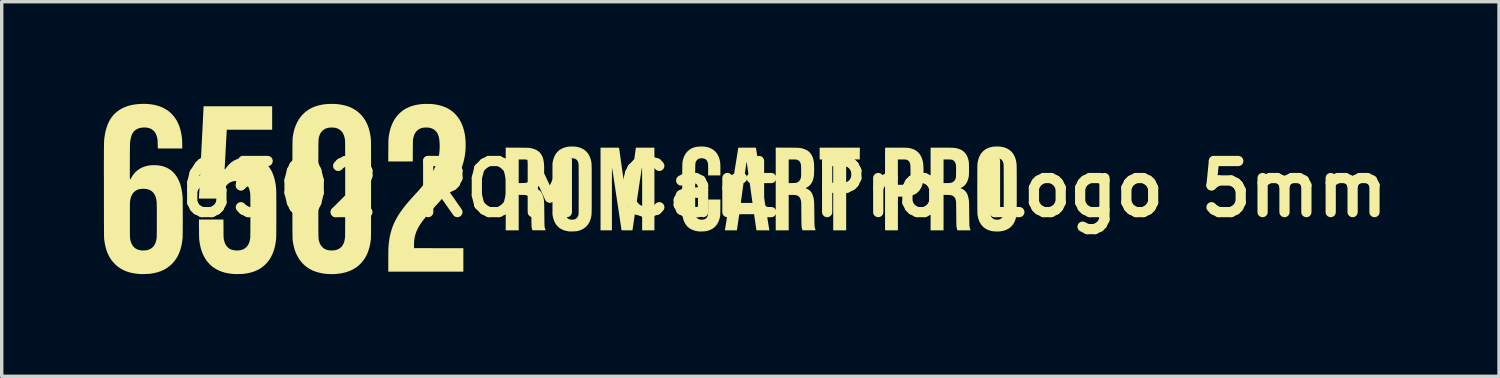
<source format=kicad_pcb>
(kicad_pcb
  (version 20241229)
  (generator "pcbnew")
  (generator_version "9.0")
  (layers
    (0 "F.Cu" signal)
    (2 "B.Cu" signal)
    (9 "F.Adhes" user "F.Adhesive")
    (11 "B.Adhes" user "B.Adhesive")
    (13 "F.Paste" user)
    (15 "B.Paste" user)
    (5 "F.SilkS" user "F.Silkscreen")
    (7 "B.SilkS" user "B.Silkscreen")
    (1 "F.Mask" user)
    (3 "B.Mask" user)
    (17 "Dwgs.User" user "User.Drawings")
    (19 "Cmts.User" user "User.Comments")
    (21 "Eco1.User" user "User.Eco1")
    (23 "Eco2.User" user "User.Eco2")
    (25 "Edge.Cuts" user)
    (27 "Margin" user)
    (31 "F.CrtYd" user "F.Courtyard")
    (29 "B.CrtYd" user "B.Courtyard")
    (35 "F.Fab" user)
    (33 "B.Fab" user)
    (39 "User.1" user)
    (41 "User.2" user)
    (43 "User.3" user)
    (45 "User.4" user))
  (footprint "6502 ROM Cart Pro Logo 5mm"
    (layer "F.Cu")
    (at 19.987 2.499)
    (property "Reference" "6502 ROM Cart Pro Logo 5mm" (at 0 0 0) (layer "F.SilkS") (effects (font (size 1.5 1.5) (thickness 0.3))))
    (attr board_only exclude_from_pos_files exclude_from_bom)
    (fp_poly (pts (xy 2.209 -1.042) (xy 2.208 -0.869) (xy 2.008 -0.868) (xy 1.809 -0.867) (xy 1.809 0.173) (xy 1.809 1.214) (xy 1.618 1.214) (xy 1.428 1.214) (xy 1.428 0.173) (xy 1.428 -0.867) (xy 1.229 -0.867) (xy 1.03 -0.867) (xy 1.03 -1.041) (xy 1.03 -1.214) (xy 1.62 -1.214) (xy 2.211 -1.214)) (stroke (width 0) (type solid)) (fill yes) (layer "F.SilkS"))
    (fp_poly (pts (xy 3.323 -1.214) (xy 3.38 -1.214) (xy 3.43 -1.214) (xy 3.473 -1.213) (xy 3.511 -1.213) (xy 3.543 -1.212) (xy 3.571 -1.211) (xy 3.596 -1.21) (xy 3.617 -1.208) (xy 3.636 -1.206) (xy 3.653 -1.203) (xy 3.669 -1.2) (xy 3.685 -1.197) (xy 3.701 -1.193) (xy 3.71 -1.191) (xy 3.772 -1.171) (xy 3.828 -1.145) (xy 3.878 -1.113) (xy 3.923 -1.075) (xy 3.962 -1.03) (xy 3.995 -0.98) (xy 4.007 -0.957) (xy 4.023 -0.925) (xy 4.036 -0.891) (xy 4.048 -0.856) (xy 4.057 -0.819) (xy 4.065 -0.778) (xy 4.071 -0.733) (xy 4.075 -0.684) (xy 4.078 -0.629) (xy 4.08 -0.567) (xy 4.08 -0.497) (xy 4.08 -0.495) (xy 4.08 -0.424) (xy 4.078 -0.361) (xy 4.075 -0.305) (xy 4.07 -0.254) (xy 4.064 -0.209) (xy 4.056 -0.168) (xy 4.047 -0.13) (xy 4.035 -0.095) (xy 4.021 -0.061) (xy 4.012 -0.04) (xy 3.981 0.013) (xy 3.947 0.06) (xy 3.907 0.1) (xy 3.862 0.135) (xy 3.811 0.164) (xy 3.754 0.187) (xy 3.691 0.206) (xy 3.651 0.214) (xy 3.637 0.216) (xy 3.619 0.218) (xy 3.597 0.22) (xy 3.57 0.221) (xy 3.537 0.222) (xy 3.497 0.223) (xy 3.471 0.224) (xy 3.329 0.226) (xy 3.328 0.72) (xy 3.327 1.214) (xy 3.139 1.214) (xy 3.094 1.214) (xy 3.057 1.214) (xy 3.027 1.214) (xy 3.003 1.214) (xy 2.985 1.213) (xy 2.971 1.213) (xy 2.962 1.212) (xy 2.956 1.211) (xy 2.952 1.21) (xy 2.951 1.208) (xy 2.951 1.207) (xy 2.951 1.202) (xy 2.951 1.189) (xy 2.951 1.168) (xy 2.951 1.141) (xy 2.95 1.106) (xy 2.95 1.065) (xy 2.95 1.018) (xy 2.95 0.966) (xy 2.95 0.908) (xy 2.95 0.845) (xy 2.95 0.779) (xy 2.95 0.708) (xy 2.95 0.634) (xy 2.95 0.556) (xy 2.95 0.476) (xy 2.95 0.394) (xy 2.95 0.309) (xy 2.95 0.224) (xy 2.95 0.137) (xy 2.95 0.05) (xy 2.95 -0.038) (xy 2.95 -0.126) (xy 2.95 -0.212) (xy 2.95 -0.298) (xy 2.95 -0.383) (xy 2.95 -0.466) (xy 2.95 -0.495) (xy 3.327 -0.495) (xy 3.327 -0.123) (xy 3.438 -0.123) (xy 3.478 -0.123) (xy 3.51 -0.123) (xy 3.535 -0.124) (xy 3.554 -0.126) (xy 3.567 -0.128) (xy 3.571 -0.128) (xy 3.605 -0.141) (xy 3.634 -0.158) (xy 3.656 -0.181) (xy 3.674 -0.21) (xy 3.686 -0.246) (xy 3.69 -0.261) (xy 3.692 -0.275) (xy 3.694 -0.296) (xy 3.695 -0.323) (xy 3.696 -0.355) (xy 3.697 -0.392) (xy 3.698 -0.431) (xy 3.698 -0.471) (xy 3.698 -0.513) (xy 3.698 -0.554) (xy 3.697 -0.593) (xy 3.696 -0.63) (xy 3.695 -0.663) (xy 3.694 -0.691) (xy 3.692 -0.712) (xy 3.69 -0.727) (xy 3.69 -0.728) (xy 3.679 -0.766) (xy 3.665 -0.797) (xy 3.645 -0.821) (xy 3.621 -0.84) (xy 3.615 -0.844) (xy 3.602 -0.85) (xy 3.59 -0.856) (xy 3.577 -0.86) (xy 3.562 -0.863) (xy 3.544 -0.865) (xy 3.523 -0.866) (xy 3.496 -0.867) (xy 3.462 -0.867) (xy 3.438 -0.867) (xy 3.327 -0.867) (xy 3.327 -0.495) (xy 2.95 -0.495) (xy 2.95 -0.546) (xy 2.95 -0.624) (xy 2.95 -0.698) (xy 2.95 -0.77) (xy 2.95 -0.837) (xy 2.95 -0.9) (xy 2.95 -0.958) (xy 2.95 -1.012) (xy 2.95 -1.059) (xy 2.951 -1.101) (xy 2.951 -1.137) (xy 2.951 -1.165) (xy 2.951 -1.187) (xy 2.951 -1.201) (xy 2.951 -1.207) (xy 2.951 -1.207) (xy 2.951 -1.208) (xy 2.953 -1.209) (xy 2.956 -1.21) (xy 2.961 -1.211) (xy 2.969 -1.212) (xy 2.981 -1.213) (xy 2.997 -1.213) (xy 3.017 -1.213) (xy 3.042 -1.214) (xy 3.073 -1.214) (xy 3.11 -1.214) (xy 3.154 -1.214) (xy 3.205 -1.214) (xy 3.259 -1.214)) (stroke (width 0) (type solid)) (fill yes) (layer "F.SilkS"))
    (fp_poly (pts (xy -5.072 -1.214) (xy -5.02 -1.214) (xy -4.976 -1.214) (xy -4.94 -1.213) (xy -4.911 -1.213) (xy -4.889 -1.212) (xy -4.873 -1.212) (xy -4.863 -1.211) (xy -4.859 -1.21) (xy -4.859 -1.209) (xy -4.858 -1.204) (xy -4.857 -1.192) (xy -4.854 -1.173) (xy -4.851 -1.149) (xy -4.847 -1.122) (xy -4.843 -1.091) (xy -4.842 -1.086) (xy -4.84 -1.069) (xy -4.836 -1.044) (xy -4.832 -1.012) (xy -4.826 -0.973) (xy -4.82 -0.927) (xy -4.813 -0.876) (xy -4.805 -0.819) (xy -4.796 -0.758) (xy -4.787 -0.693) (xy -4.777 -0.623) (xy -4.767 -0.551) (xy -4.757 -0.476) (xy -4.746 -0.398) (xy -4.735 -0.319) (xy -4.724 -0.239) (xy -4.721 -0.222) (xy -4.71 -0.144) (xy -4.7 -0.068) (xy -4.689 0.005) (xy -4.679 0.076) (xy -4.67 0.143) (xy -4.661 0.205) (xy -4.653 0.264) (xy -4.645 0.317) (xy -4.638 0.366) (xy -4.632 0.409) (xy -4.627 0.445) (xy -4.623 0.475) (xy -4.619 0.499) (xy -4.617 0.515) (xy -4.616 0.523) (xy -4.615 0.524) (xy -4.611 0.524) (xy -4.611 0.524) (xy -4.61 0.519) (xy -4.608 0.507) (xy -4.605 0.487) (xy -4.601 0.46) (xy -4.596 0.426) (xy -4.59 0.385) (xy -4.584 0.339) (xy -4.576 0.287) (xy -4.568 0.23) (xy -4.559 0.167) (xy -4.55 0.101) (xy -4.54 0.03) (xy -4.53 -0.044) (xy -4.519 -0.122) (xy -4.507 -0.203) (xy -4.496 -0.286) (xy -4.487 -0.347) (xy -4.366 -1.214) (xy -4.094 -1.214) (xy -3.822 -1.214) (xy -3.822 0) (xy -3.822 1.214) (xy -4.002 1.214) (xy -4.182 1.214) (xy -4.182 0.294) (xy -4.182 0.198) (xy -4.182 0.106) (xy -4.182 0.017) (xy -4.182 -0.067) (xy -4.182 -0.146) (xy -4.182 -0.22) (xy -4.183 -0.29) (xy -4.183 -0.353) (xy -4.183 -0.411) (xy -4.183 -0.462) (xy -4.184 -0.508) (xy -4.184 -0.546) (xy -4.184 -0.577) (xy -4.185 -0.601) (xy -4.185 -0.617) (xy -4.185 -0.625) (xy -4.186 -0.626) (xy -4.186 -0.626) (xy -4.187 -0.627) (xy -4.187 -0.627) (xy -4.187 -0.627) (xy -4.188 -0.626) (xy -4.189 -0.623) (xy -4.19 -0.62) (xy -4.191 -0.614) (xy -4.192 -0.607) (xy -4.194 -0.597) (xy -4.196 -0.585) (xy -4.198 -0.569) (xy -4.201 -0.55) (xy -4.205 -0.528) (xy -4.209 -0.501) (xy -4.214 -0.47) (xy -4.219 -0.435) (xy -4.225 -0.394) (xy -4.232 -0.348) (xy -4.24 -0.297) (xy -4.249 -0.24) (xy -4.258 -0.177) (xy -4.269 -0.107) (xy -4.28 -0.03) (xy -4.293 0.054) (xy -4.307 0.146) (xy -4.322 0.245) (xy -4.333 0.318) (xy -4.467 1.214) (xy -4.627 1.214) (xy -4.786 1.214) (xy -4.788 1.203) (xy -4.789 1.197) (xy -4.791 1.184) (xy -4.794 1.163) (xy -4.798 1.135) (xy -4.803 1.1) (xy -4.81 1.059) (xy -4.817 1.012) (xy -4.825 0.959) (xy -4.834 0.901) (xy -4.843 0.837) (xy -4.853 0.77) (xy -4.864 0.698) (xy -4.876 0.622) (xy -4.887 0.544) (xy -4.9 0.462) (xy -4.913 0.378) (xy -4.926 0.291) (xy -4.927 0.282) (xy -4.94 0.196) (xy -4.953 0.112) (xy -4.965 0.03) (xy -4.977 -0.049) (xy -4.988 -0.124) (xy -4.999 -0.196) (xy -5.01 -0.263) (xy -5.019 -0.326) (xy -5.028 -0.384) (xy -5.036 -0.437) (xy -5.044 -0.484) (xy -5.05 -0.525) (xy -5.056 -0.559) (xy -5.06 -0.587) (xy -5.064 -0.608) (xy -5.066 -0.621) (xy -5.067 -0.626) (xy -5.067 -0.626) (xy -5.067 -0.622) (xy -5.068 -0.61) (xy -5.068 -0.59) (xy -5.068 -0.563) (xy -5.068 -0.528) (xy -5.069 -0.488) (xy -5.069 -0.441) (xy -5.069 -0.388) (xy -5.069 -0.33) (xy -5.07 -0.267) (xy -5.07 -0.199) (xy -5.07 -0.128) (xy -5.07 -0.052) (xy -5.07 0.027) (xy -5.07 0.11) (xy -5.07 0.195) (xy -5.07 0.282) (xy -5.07 0.294) (xy -5.07 1.214) (xy -5.237 1.214) (xy -5.404 1.214) (xy -5.404 0) (xy -5.404 -1.214) (xy -5.132 -1.214)) (stroke (width 0) (type solid)) (fill yes) (layer "F.SilkS"))
    (fp_poly (pts (xy -0.646 -0.01) (xy -0.629 0.09) (xy -0.614 0.188) (xy -0.598 0.283) (xy -0.583 0.376) (xy -0.568 0.465) (xy -0.554 0.551) (xy -0.541 0.633) (xy -0.528 0.711) (xy -0.516 0.785) (xy -0.505 0.853) (xy -0.495 0.917) (xy -0.485 0.975) (xy -0.477 1.028) (xy -0.469 1.074) (xy -0.463 1.114) (xy -0.457 1.147) (xy -0.453 1.173) (xy -0.45 1.191) (xy -0.448 1.202) (xy -0.448 1.205) (xy -0.445 1.214) (xy -0.636 1.214) (xy -0.676 1.214) (xy -0.712 1.214) (xy -0.745 1.214) (xy -0.774 1.214) (xy -0.797 1.213) (xy -0.814 1.213) (xy -0.824 1.213) (xy -0.827 1.212) (xy -0.828 1.208) (xy -0.829 1.196) (xy -0.832 1.177) (xy -0.836 1.152) (xy -0.84 1.122) (xy -0.845 1.087) (xy -0.851 1.048) (xy -0.857 1.006) (xy -0.861 0.977) (xy -0.867 0.934) (xy -0.873 0.893) (xy -0.879 0.855) (xy -0.883 0.822) (xy -0.887 0.793) (xy -0.891 0.77) (xy -0.893 0.754) (xy -0.894 0.744) (xy -0.895 0.742) (xy -0.899 0.742) (xy -0.911 0.741) (xy -0.929 0.741) (xy -0.954 0.741) (xy -0.984 0.741) (xy -1.019 0.741) (xy -1.057 0.74) (xy -1.098 0.74) (xy -1.112 0.74) (xy -1.161 0.74) (xy -1.202 0.74) (xy -1.235 0.741) (xy -1.263 0.741) (xy -1.284 0.741) (xy -1.301 0.742) (xy -1.313 0.742) (xy -1.321 0.743) (xy -1.327 0.744) (xy -1.33 0.745) (xy -1.332 0.747) (xy -1.332 0.748) (xy -1.333 0.753) (xy -1.335 0.766) (xy -1.338 0.786) (xy -1.342 0.812) (xy -1.346 0.843) (xy -1.352 0.879) (xy -1.357 0.918) (xy -1.363 0.96) (xy -1.367 0.985) (xy -1.4 1.214) (xy -1.577 1.214) (xy -1.754 1.214) (xy -1.752 1.205) (xy -1.751 1.2) (xy -1.749 1.187) (xy -1.745 1.167) (xy -1.741 1.139) (xy -1.735 1.105) (xy -1.728 1.064) (xy -1.721 1.017) (xy -1.712 0.965) (xy -1.703 0.907) (xy -1.693 0.844) (xy -1.682 0.777) (xy -1.67 0.706) (xy -1.658 0.631) (xy -1.645 0.553) (xy -1.632 0.472) (xy -1.621 0.403) (xy -1.284 0.403) (xy -1.284 0.405) (xy -1.282 0.406) (xy -1.278 0.408) (xy -1.271 0.408) (xy -1.26 0.409) (xy -1.245 0.41) (xy -1.225 0.41) (xy -1.199 0.41) (xy -1.166 0.41) (xy -1.126 0.41) (xy -1.112 0.41) (xy -0.94 0.41) (xy -0.943 0.397) (xy -0.944 0.391) (xy -0.946 0.377) (xy -0.949 0.356) (xy -0.953 0.328) (xy -0.958 0.294) (xy -0.963 0.253) (xy -0.97 0.208) (xy -0.977 0.157) (xy -0.985 0.102) (xy -0.993 0.043) (xy -1.002 -0.02) (xy -1.011 -0.086) (xy -1.021 -0.154) (xy -1.028 -0.203) (xy -1.038 -0.272) (xy -1.047 -0.339) (xy -1.056 -0.404) (xy -1.065 -0.465) (xy -1.073 -0.522) (xy -1.081 -0.575) (xy -1.088 -0.623) (xy -1.094 -0.666) (xy -1.1 -0.704) (xy -1.104 -0.735) (xy -1.108 -0.76) (xy -1.111 -0.778) (xy -1.112 -0.788) (xy -1.113 -0.791) (xy -1.117 -0.79) (xy -1.117 -0.79) (xy -1.118 -0.786) (xy -1.12 -0.773) (xy -1.123 -0.754) (xy -1.127 -0.728) (xy -1.131 -0.696) (xy -1.137 -0.658) (xy -1.143 -0.616) (xy -1.149 -0.569) (xy -1.157 -0.518) (xy -1.164 -0.464) (xy -1.172 -0.408) (xy -1.18 -0.349) (xy -1.189 -0.289) (xy -1.197 -0.228) (xy -1.206 -0.167) (xy -1.214 -0.106) (xy -1.223 -0.046) (xy -1.231 0.013) (xy -1.239 0.07) (xy -1.246 0.124) (xy -1.253 0.175) (xy -1.26 0.223) (xy -1.266 0.266) (xy -1.271 0.304) (xy -1.276 0.337) (xy -1.279 0.364) (xy -1.282 0.384) (xy -1.283 0.398) (xy -1.284 0.403) (xy -1.621 0.403) (xy -1.618 0.388) (xy -1.604 0.302) (xy -1.59 0.215) (xy -1.576 0.126) (xy -1.561 0.036) (xy -1.546 -0.055) (xy -1.531 -0.146) (xy -1.517 -0.236) (xy -1.502 -0.326) (xy -1.488 -0.416) (xy -1.473 -0.503) (xy -1.459 -0.59) (xy -1.446 -0.674) (xy -1.432 -0.755) (xy -1.42 -0.834) (xy -1.407 -0.909) (xy -1.396 -0.981) (xy -1.391 -1.012) (xy -1.358 -1.214) (xy -1.1 -1.214) (xy -0.842 -1.214)) (stroke (width 0) (type solid)) (fill yes) (layer "F.SilkS"))
    (fp_poly (pts (xy 4.669 -1.214) (xy 4.73 -1.214) (xy 4.783 -1.214) (xy 4.83 -1.213) (xy 4.871 -1.212) (xy 4.907 -1.211) (xy 4.938 -1.21) (xy 4.966 -1.208) (xy 4.99 -1.206) (xy 5.012 -1.203) (xy 5.032 -1.199) (xy 5.05 -1.196) (xy 5.069 -1.191) (xy 5.087 -1.186) (xy 5.106 -1.18) (xy 5.111 -1.178) (xy 5.158 -1.161) (xy 5.199 -1.141) (xy 5.235 -1.118) (xy 5.268 -1.09) (xy 5.277 -1.082) (xy 5.309 -1.046) (xy 5.337 -1.007) (xy 5.361 -0.963) (xy 5.38 -0.914) (xy 5.396 -0.859) (xy 5.407 -0.806) (xy 5.41 -0.788) (xy 5.412 -0.764) (xy 5.413 -0.733) (xy 5.414 -0.698) (xy 5.415 -0.659) (xy 5.416 -0.618) (xy 5.416 -0.576) (xy 5.416 -0.534) (xy 5.415 -0.494) (xy 5.414 -0.456) (xy 5.413 -0.423) (xy 5.411 -0.395) (xy 5.409 -0.373) (xy 5.408 -0.364) (xy 5.395 -0.305) (xy 5.378 -0.253) (xy 5.358 -0.205) (xy 5.33 -0.157) (xy 5.298 -0.116) (xy 5.26 -0.082) (xy 5.217 -0.053) (xy 5.203 -0.045) (xy 5.187 -0.037) (xy 5.176 -0.03) (xy 5.17 -0.025) (xy 5.169 -0.024) (xy 5.173 -0.021) (xy 5.183 -0.016) (xy 5.197 -0.01) (xy 5.201 -0.008) (xy 5.242 0.012) (xy 5.278 0.036) (xy 5.31 0.066) (xy 5.337 0.102) (xy 5.361 0.143) (xy 5.38 0.192) (xy 5.396 0.247) (xy 5.408 0.309) (xy 5.411 0.328) (xy 5.413 0.338) (xy 5.414 0.35) (xy 5.415 0.365) (xy 5.416 0.383) (xy 5.417 0.404) (xy 5.417 0.429) (xy 5.418 0.46) (xy 5.419 0.496) (xy 5.419 0.538) (xy 5.42 0.586) (xy 5.421 0.642) (xy 5.421 0.705) (xy 5.421 0.721) (xy 5.422 0.794) (xy 5.423 0.859) (xy 5.424 0.917) (xy 5.425 0.967) (xy 5.426 1.01) (xy 5.426 1.044) (xy 5.427 1.07) (xy 5.428 1.089) (xy 5.429 1.098) (xy 5.436 1.132) (xy 5.445 1.165) (xy 5.454 1.193) (xy 5.456 1.196) (xy 5.463 1.214) (xy 5.269 1.214) (xy 5.075 1.214) (xy 5.067 1.186) (xy 5.063 1.173) (xy 5.059 1.16) (xy 5.056 1.149) (xy 5.054 1.137) (xy 5.051 1.124) (xy 5.049 1.109) (xy 5.048 1.093) (xy 5.046 1.073) (xy 5.045 1.051) (xy 5.044 1.024) (xy 5.044 0.993) (xy 5.043 0.957) (xy 5.042 0.914) (xy 5.042 0.866) (xy 5.041 0.81) (xy 5.041 0.746) (xy 5.041 0.728) (xy 5.04 0.664) (xy 5.039 0.607) (xy 5.039 0.559) (xy 5.038 0.517) (xy 5.038 0.481) (xy 5.037 0.45) (xy 5.037 0.425) (xy 5.036 0.404) (xy 5.035 0.387) (xy 5.034 0.374) (xy 5.034 0.363) (xy 5.032 0.354) (xy 5.031 0.347) (xy 5.031 0.344) (xy 5.021 0.31) (xy 5.012 0.282) (xy 5 0.259) (xy 4.986 0.24) (xy 4.971 0.225) (xy 4.953 0.21) (xy 4.934 0.199) (xy 4.913 0.19) (xy 4.888 0.183) (xy 4.858 0.178) (xy 4.823 0.175) (xy 4.781 0.174) (xy 4.754 0.174) (xy 4.668 0.173) (xy 4.668 0.694) (xy 4.668 1.214) (xy 4.478 1.214) (xy 4.288 1.214) (xy 4.288 0) (xy 4.288 -0.521) (xy 4.668 -0.521) (xy 4.668 -0.173) (xy 4.754 -0.174) (xy 4.79 -0.174) (xy 4.822 -0.175) (xy 4.848 -0.177) (xy 4.868 -0.179) (xy 4.871 -0.179) (xy 4.912 -0.19) (xy 4.946 -0.206) (xy 4.974 -0.229) (xy 4.998 -0.257) (xy 5.016 -0.292) (xy 5.027 -0.324) (xy 5.028 -0.332) (xy 5.03 -0.341) (xy 5.031 -0.354) (xy 5.032 -0.369) (xy 5.033 -0.389) (xy 5.034 -0.415) (xy 5.035 -0.446) (xy 5.035 -0.485) (xy 5.035 -0.506) (xy 5.036 -0.552) (xy 5.036 -0.592) (xy 5.036 -0.624) (xy 5.035 -0.652) (xy 5.034 -0.675) (xy 5.032 -0.694) (xy 5.03 -0.711) (xy 5.026 -0.727) (xy 5.023 -0.742) (xy 5.021 -0.746) (xy 5.008 -0.78) (xy 4.988 -0.81) (xy 4.963 -0.834) (xy 4.934 -0.852) (xy 4.927 -0.855) (xy 4.92 -0.858) (xy 4.912 -0.86) (xy 4.903 -0.862) (xy 4.893 -0.863) (xy 4.878 -0.864) (xy 4.86 -0.865) (xy 4.835 -0.866) (xy 4.804 -0.866) (xy 4.786 -0.866) (xy 4.668 -0.868) (xy 4.668 -0.521) (xy 4.288 -0.521) (xy 4.288 -1.214) (xy 4.601 -1.214)) (stroke (width 0) (type solid)) (fill yes) (layer "F.SilkS"))
    (fp_poly (pts (xy -7.851 -1.213) (xy -7.788 -1.213) (xy -7.734 -1.212) (xy -7.686 -1.212) (xy -7.645 -1.212) (xy -7.61 -1.211) (xy -7.581 -1.211) (xy -7.557 -1.21) (xy -7.536 -1.21) (xy -7.519 -1.209) (xy -7.506 -1.208) (xy -7.494 -1.207) (xy -7.485 -1.206) (xy -7.476 -1.205) (xy -7.473 -1.204) (xy -7.405 -1.189) (xy -7.344 -1.169) (xy -7.29 -1.145) (xy -7.243 -1.117) (xy -7.203 -1.085) (xy -7.179 -1.059) (xy -7.153 -1.025) (xy -7.13 -0.989) (xy -7.111 -0.95) (xy -7.095 -0.907) (xy -7.083 -0.861) (xy -7.073 -0.809) (xy -7.066 -0.753) (xy -7.061 -0.69) (xy -7.059 -0.621) (xy -7.06 -0.544) (xy -7.06 -0.527) (xy -7.062 -0.471) (xy -7.065 -0.423) (xy -7.069 -0.38) (xy -7.075 -0.342) (xy -7.082 -0.308) (xy -7.091 -0.276) (xy -7.102 -0.244) (xy -7.105 -0.236) (xy -7.13 -0.186) (xy -7.161 -0.141) (xy -7.197 -0.101) (xy -7.239 -0.067) (xy -7.285 -0.039) (xy -7.292 -0.036) (xy -7.304 -0.029) (xy -7.307 -0.024) (xy -7.303 -0.019) (xy -7.297 -0.016) (xy -7.249 0.006) (xy -7.208 0.031) (xy -7.173 0.062) (xy -7.144 0.097) (xy -7.12 0.139) (xy -7.1 0.187) (xy -7.087 0.23) (xy -7.082 0.247) (xy -7.078 0.261) (xy -7.076 0.275) (xy -7.073 0.289) (xy -7.07 0.306) (xy -7.067 0.328) (xy -7.065 0.349) (xy -7.063 0.36) (xy -7.062 0.373) (xy -7.061 0.39) (xy -7.06 0.409) (xy -7.059 0.432) (xy -7.058 0.46) (xy -7.058 0.493) (xy -7.057 0.531) (xy -7.056 0.576) (xy -7.056 0.627) (xy -7.055 0.686) (xy -7.054 0.747) (xy -7.054 0.81) (xy -7.053 0.866) (xy -7.053 0.915) (xy -7.052 0.957) (xy -7.051 0.992) (xy -7.051 1.022) (xy -7.05 1.047) (xy -7.049 1.068) (xy -7.049 1.084) (xy -7.048 1.097) (xy -7.047 1.108) (xy -7.046 1.116) (xy -7.044 1.123) (xy -7.044 1.124) (xy -7.036 1.156) (xy -7.025 1.189) (xy -7.018 1.207) (xy -7.018 1.209) (xy -7.019 1.21) (xy -7.022 1.211) (xy -7.028 1.212) (xy -7.037 1.213) (xy -7.051 1.213) (xy -7.069 1.213) (xy -7.093 1.214) (xy -7.123 1.214) (xy -7.16 1.213) (xy -7.205 1.213) (xy -7.209 1.213) (xy -7.403 1.212) (xy -7.411 1.187) (xy -7.414 1.175) (xy -7.418 1.164) (xy -7.42 1.154) (xy -7.423 1.144) (xy -7.425 1.133) (xy -7.427 1.121) (xy -7.428 1.106) (xy -7.429 1.09) (xy -7.43 1.07) (xy -7.431 1.046) (xy -7.432 1.018) (xy -7.433 0.985) (xy -7.433 0.946) (xy -7.434 0.901) (xy -7.434 0.849) (xy -7.435 0.79) (xy -7.435 0.751) (xy -7.436 0.686) (xy -7.436 0.629) (xy -7.437 0.579) (xy -7.437 0.536) (xy -7.438 0.5) (xy -7.439 0.468) (xy -7.439 0.442) (xy -7.44 0.421) (xy -7.441 0.403) (xy -7.442 0.389) (xy -7.443 0.377) (xy -7.444 0.367) (xy -7.445 0.359) (xy -7.445 0.359) (xy -7.455 0.316) (xy -7.467 0.281) (xy -7.482 0.252) (xy -7.501 0.229) (xy -7.525 0.21) (xy -7.554 0.195) (xy -7.579 0.185) (xy -7.589 0.182) (xy -7.599 0.18) (xy -7.611 0.178) (xy -7.625 0.177) (xy -7.644 0.176) (xy -7.669 0.175) (xy -7.7 0.175) (xy -7.707 0.174) (xy -7.807 0.173) (xy -7.807 0.693) (xy -7.807 1.214) (xy -7.998 1.214) (xy -8.188 1.214) (xy -8.188 -0.000211) (xy -8.188 -0.52) (xy -7.807 -0.52) (xy -7.807 -0.172) (xy -7.707 -0.175) (xy -7.672 -0.175) (xy -7.645 -0.176) (xy -7.624 -0.178) (xy -7.607 -0.179) (xy -7.595 -0.181) (xy -7.585 -0.183) (xy -7.583 -0.184) (xy -7.545 -0.199) (xy -7.514 -0.22) (xy -7.488 -0.246) (xy -7.468 -0.278) (xy -7.454 -0.316) (xy -7.449 -0.334) (xy -7.447 -0.349) (xy -7.445 -0.371) (xy -7.443 -0.399) (xy -7.442 -0.431) (xy -7.442 -0.466) (xy -7.441 -0.504) (xy -7.441 -0.543) (xy -7.442 -0.58) (xy -7.442 -0.616) (xy -7.443 -0.649) (xy -7.445 -0.678) (xy -7.447 -0.7) (xy -7.449 -0.716) (xy -7.449 -0.717) (xy -7.461 -0.757) (xy -7.477 -0.791) (xy -7.497 -0.819) (xy -7.521 -0.84) (xy -7.532 -0.846) (xy -7.545 -0.852) (xy -7.559 -0.857) (xy -7.574 -0.861) (xy -7.591 -0.864) (xy -7.612 -0.865) (xy -7.637 -0.867) (xy -7.669 -0.867) (xy -7.703 -0.867) (xy -7.807 -0.867) (xy -7.807 -0.52) (xy -8.188 -0.52) (xy -8.188 -1.215)) (stroke (width 0) (type solid)) (fill yes) (layer "F.SilkS"))
    (fp_poly (pts (xy 0.077 -1.213) (xy 0.141 -1.213) (xy 0.197 -1.213) (xy 0.246 -1.212) (xy 0.288 -1.212) (xy 0.325 -1.211) (xy 0.356 -1.211) (xy 0.383 -1.21) (xy 0.406 -1.209) (xy 0.426 -1.207) (xy 0.443 -1.206) (xy 0.458 -1.204) (xy 0.472 -1.202) (xy 0.486 -1.199) (xy 0.499 -1.196) (xy 0.513 -1.192) (xy 0.528 -1.189) (xy 0.588 -1.169) (xy 0.641 -1.145) (xy 0.688 -1.116) (xy 0.729 -1.082) (xy 0.764 -1.041) (xy 0.794 -0.995) (xy 0.804 -0.977) (xy 0.819 -0.944) (xy 0.832 -0.91) (xy 0.843 -0.875) (xy 0.852 -0.837) (xy 0.859 -0.797) (xy 0.864 -0.752) (xy 0.867 -0.702) (xy 0.868 -0.646) (xy 0.869 -0.583) (xy 0.868 -0.542) (xy 0.867 -0.5) (xy 0.866 -0.466) (xy 0.865 -0.438) (xy 0.864 -0.415) (xy 0.862 -0.395) (xy 0.86 -0.377) (xy 0.857 -0.361) (xy 0.857 -0.36) (xy 0.843 -0.295) (xy 0.824 -0.237) (xy 0.799 -0.186) (xy 0.769 -0.141) (xy 0.734 -0.102) (xy 0.694 -0.069) (xy 0.65 -0.043) (xy 0.636 -0.036) (xy 0.626 -0.029) (xy 0.621 -0.025) (xy 0.621 -0.024) (xy 0.625 -0.021) (xy 0.635 -0.016) (xy 0.649 -0.009) (xy 0.656 -0.006) (xy 0.697 0.015) (xy 0.733 0.04) (xy 0.764 0.071) (xy 0.791 0.107) (xy 0.814 0.148) (xy 0.832 0.196) (xy 0.848 0.251) (xy 0.86 0.313) (xy 0.864 0.341) (xy 0.865 0.352) (xy 0.866 0.365) (xy 0.867 0.381) (xy 0.868 0.401) (xy 0.869 0.425) (xy 0.87 0.453) (xy 0.87 0.486) (xy 0.871 0.525) (xy 0.872 0.57) (xy 0.872 0.622) (xy 0.873 0.681) (xy 0.874 0.738) (xy 0.874 0.799) (xy 0.875 0.856) (xy 0.876 0.909) (xy 0.877 0.956) (xy 0.877 0.998) (xy 0.878 1.034) (xy 0.879 1.064) (xy 0.88 1.086) (xy 0.881 1.101) (xy 0.882 1.108) (xy 0.887 1.134) (xy 0.895 1.161) (xy 0.903 1.186) (xy 0.906 1.194) (xy 0.909 1.205) (xy 0.912 1.211) (xy 0.912 1.212) (xy 0.908 1.213) (xy 0.896 1.213) (xy 0.877 1.213) (xy 0.853 1.213) (xy 0.823 1.213) (xy 0.79 1.213) (xy 0.752 1.213) (xy 0.719 1.213) (xy 0.526 1.212) (xy 0.52 1.193) (xy 0.516 1.18) (xy 0.511 1.162) (xy 0.506 1.142) (xy 0.505 1.136) (xy 0.503 1.129) (xy 0.502 1.122) (xy 0.501 1.114) (xy 0.5 1.105) (xy 0.499 1.093) (xy 0.498 1.08) (xy 0.497 1.063) (xy 0.497 1.043) (xy 0.496 1.018) (xy 0.495 0.989) (xy 0.495 0.954) (xy 0.494 0.913) (xy 0.494 0.866) (xy 0.493 0.811) (xy 0.493 0.749) (xy 0.493 0.74) (xy 0.492 0.677) (xy 0.492 0.621) (xy 0.491 0.573) (xy 0.491 0.531) (xy 0.49 0.496) (xy 0.49 0.465) (xy 0.489 0.44) (xy 0.489 0.419) (xy 0.488 0.402) (xy 0.487 0.388) (xy 0.486 0.377) (xy 0.485 0.367) (xy 0.484 0.359) (xy 0.483 0.351) (xy 0.481 0.344) (xy 0.481 0.343) (xy 0.468 0.299) (xy 0.452 0.263) (xy 0.431 0.233) (xy 0.405 0.211) (xy 0.385 0.199) (xy 0.37 0.192) (xy 0.356 0.187) (xy 0.342 0.183) (xy 0.325 0.18) (xy 0.306 0.178) (xy 0.281 0.176) (xy 0.25 0.175) (xy 0.221 0.175) (xy 0.121 0.173) (xy 0.121 0.693) (xy 0.121 1.214) (xy -0.07 1.214) (xy -0.26 1.214) (xy -0.26 -0.000211) (xy -0.26 -0.52) (xy 0.121 -0.52) (xy 0.121 -0.172) (xy 0.221 -0.175) (xy 0.26 -0.176) (xy 0.292 -0.177) (xy 0.316 -0.179) (xy 0.333 -0.181) (xy 0.343 -0.183) (xy 0.381 -0.197) (xy 0.412 -0.216) (xy 0.437 -0.241) (xy 0.457 -0.271) (xy 0.466 -0.292) (xy 0.471 -0.305) (xy 0.475 -0.318) (xy 0.479 -0.331) (xy 0.481 -0.345) (xy 0.483 -0.362) (xy 0.485 -0.381) (xy 0.486 -0.405) (xy 0.486 -0.435) (xy 0.486 -0.47) (xy 0.486 -0.513) (xy 0.487 -0.525) (xy 0.486 -0.567) (xy 0.486 -0.602) (xy 0.486 -0.63) (xy 0.485 -0.653) (xy 0.485 -0.671) (xy 0.484 -0.686) (xy 0.482 -0.699) (xy 0.481 -0.71) (xy 0.479 -0.719) (xy 0.468 -0.759) (xy 0.453 -0.791) (xy 0.434 -0.817) (xy 0.41 -0.837) (xy 0.4 -0.844) (xy 0.387 -0.85) (xy 0.374 -0.856) (xy 0.361 -0.86) (xy 0.346 -0.863) (xy 0.328 -0.865) (xy 0.305 -0.866) (xy 0.277 -0.867) (xy 0.243 -0.867) (xy 0.227 -0.867) (xy 0.121 -0.867) (xy 0.121 -0.52) (xy -0.26 -0.52) (xy -0.26 -1.215)) (stroke (width 0) (type solid)) (fill yes) (layer "F.SilkS"))
    (fp_poly (pts (xy -10.458 -2.497) (xy -10.42 -2.497) (xy -10.386 -2.496) (xy -10.357 -2.494) (xy -10.337 -2.493) (xy -10.237 -2.479) (xy -10.143 -2.46) (xy -10.056 -2.435) (xy -9.973 -2.405) (xy -9.897 -2.369) (xy -9.825 -2.327) (xy -9.758 -2.279) (xy -9.747 -2.271) (xy -9.731 -2.257) (xy -9.712 -2.24) (xy -9.692 -2.22) (xy -9.672 -2.201) (xy -9.667 -2.195) (xy -9.609 -2.13) (xy -9.558 -2.058) (xy -9.512 -1.981) (xy -9.473 -1.897) (xy -9.439 -1.808) (xy -9.412 -1.713) (xy -9.39 -1.612) (xy -9.375 -1.505) (xy -9.369 -1.439) (xy -9.367 -1.403) (xy -9.365 -1.361) (xy -9.364 -1.315) (xy -9.365 -1.268) (xy -9.365 -1.221) (xy -9.367 -1.177) (xy -9.369 -1.138) (xy -9.371 -1.115) (xy -9.383 -1.012) (xy -9.401 -0.91) (xy -9.423 -0.811) (xy -9.452 -0.712) (xy -9.486 -0.614) (xy -9.525 -0.516) (xy -9.571 -0.418) (xy -9.624 -0.319) (xy -9.682 -0.219) (xy -9.748 -0.118) (xy -9.82 -0.014) (xy -9.9 0.092) (xy -9.987 0.201) (xy -10.02 0.241) (xy -10.053 0.28) (xy -10.085 0.318) (xy -10.118 0.355) (xy -10.151 0.393) (xy -10.188 0.433) (xy -10.227 0.477) (xy -10.271 0.525) (xy -10.295 0.55) (xy -10.366 0.628) (xy -10.431 0.7) (xy -10.49 0.768) (xy -10.543 0.832) (xy -10.592 0.892) (xy -10.635 0.948) (xy -10.674 1.002) (xy -10.708 1.054) (xy -10.739 1.104) (xy -10.765 1.153) (xy -10.789 1.2) (xy -10.809 1.247) (xy -10.826 1.295) (xy -10.842 1.342) (xy -10.851 1.377) (xy -10.862 1.423) (xy -10.869 1.468) (xy -10.875 1.515) (xy -10.879 1.565) (xy -10.88 1.622) (xy -10.88 1.637) (xy -10.881 1.737) (xy -10.156 1.738) (xy -9.432 1.739) (xy -9.432 2.084) (xy -9.432 2.428) (xy -10.534 2.428) (xy -11.636 2.428) (xy -11.636 2.105) (xy -11.636 2.052) (xy -11.636 1.999) (xy -11.636 1.948) (xy -11.635 1.901) (xy -11.635 1.856) (xy -11.634 1.816) (xy -11.634 1.781) (xy -11.633 1.752) (xy -11.632 1.73) (xy -11.632 1.717) (xy -11.621 1.594) (xy -11.606 1.478) (xy -11.585 1.367) (xy -11.559 1.26) (xy -11.527 1.157) (xy -11.489 1.057) (xy -11.445 0.958) (xy -11.394 0.861) (xy -11.336 0.763) (xy -11.27 0.664) (xy -11.215 0.588) (xy -11.182 0.544) (xy -11.148 0.501) (xy -11.113 0.457) (xy -11.076 0.413) (xy -11.037 0.367) (xy -10.993 0.318) (xy -10.946 0.265) (xy -10.893 0.208) (xy -10.881 0.195) (xy -10.797 0.103) (xy -10.719 0.015) (xy -10.648 -0.068) (xy -10.583 -0.147) (xy -10.523 -0.223) (xy -10.469 -0.295) (xy -10.419 -0.365) (xy -10.375 -0.433) (xy -10.335 -0.499) (xy -10.299 -0.564) (xy -10.267 -0.628) (xy -10.239 -0.691) (xy -10.214 -0.754) (xy -10.196 -0.806) (xy -10.171 -0.891) (xy -10.152 -0.974) (xy -10.138 -1.057) (xy -10.13 -1.141) (xy -10.127 -1.229) (xy -10.127 -1.295) (xy -10.13 -1.367) (xy -10.136 -1.431) (xy -10.145 -1.489) (xy -10.156 -1.54) (xy -10.171 -1.586) (xy -10.189 -1.626) (xy -10.211 -1.662) (xy -10.236 -1.693) (xy -10.24 -1.698) (xy -10.277 -1.732) (xy -10.317 -1.759) (xy -10.363 -1.78) (xy -10.413 -1.795) (xy -10.469 -1.803) (xy -10.494 -1.805) (xy -10.555 -1.805) (xy -10.612 -1.799) (xy -10.665 -1.786) (xy -10.713 -1.767) (xy -10.756 -1.742) (xy -10.775 -1.727) (xy -10.809 -1.695) (xy -10.837 -1.659) (xy -10.862 -1.616) (xy -10.882 -1.567) (xy -10.898 -1.512) (xy -10.905 -1.48) (xy -10.907 -1.471) (xy -10.908 -1.462) (xy -10.909 -1.453) (xy -10.911 -1.443) (xy -10.911 -1.43) (xy -10.912 -1.415) (xy -10.913 -1.397) (xy -10.913 -1.375) (xy -10.914 -1.348) (xy -10.914 -1.316) (xy -10.915 -1.278) (xy -10.915 -1.233) (xy -10.915 -1.182) (xy -10.916 -1.122) (xy -10.916 -1.122) (xy -10.917 -0.808) (xy -11.277 -0.808) (xy -11.637 -0.808) (xy -11.635 -1.128) (xy -11.635 -1.192) (xy -11.634 -1.248) (xy -11.634 -1.296) (xy -11.633 -1.339) (xy -11.633 -1.376) (xy -11.632 -1.408) (xy -11.631 -1.436) (xy -11.63 -1.461) (xy -11.628 -1.484) (xy -11.626 -1.505) (xy -11.624 -1.525) (xy -11.621 -1.544) (xy -11.618 -1.564) (xy -11.615 -1.586) (xy -11.611 -1.609) (xy -11.61 -1.612) (xy -11.589 -1.712) (xy -11.562 -1.806) (xy -11.528 -1.895) (xy -11.489 -1.979) (xy -11.444 -2.057) (xy -11.392 -2.128) (xy -11.335 -2.194) (xy -11.272 -2.254) (xy -11.204 -2.308) (xy -11.179 -2.325) (xy -11.108 -2.367) (xy -11.031 -2.403) (xy -10.949 -2.434) (xy -10.86 -2.459) (xy -10.766 -2.478) (xy -10.665 -2.492) (xy -10.663 -2.493) (xy -10.64 -2.494) (xy -10.61 -2.496) (xy -10.575 -2.497) (xy -10.537 -2.497) (xy -10.498 -2.498)) (stroke (width 0) (type solid)) (fill yes) (layer "F.SilkS"))
    (fp_poly (pts (xy -2.402 -1.247) (xy -2.341 -1.242) (xy -2.285 -1.233) (xy -2.233 -1.22) (xy -2.184 -1.201) (xy -2.158 -1.189) (xy -2.104 -1.158) (xy -2.056 -1.121) (xy -2.014 -1.077) (xy -1.977 -1.028) (xy -1.946 -0.972) (xy -1.922 -0.911) (xy -1.903 -0.844) (xy -1.891 -0.776) (xy -1.889 -0.759) (xy -1.888 -0.738) (xy -1.887 -0.714) (xy -1.886 -0.684) (xy -1.885 -0.649) (xy -1.885 -0.607) (xy -1.885 -0.562) (xy -1.885 -0.398) (xy -2.064 -0.398) (xy -2.244 -0.398) (xy -2.244 -0.562) (xy -2.244 -0.608) (xy -2.245 -0.648) (xy -2.245 -0.682) (xy -2.246 -0.711) (xy -2.247 -0.732) (xy -2.248 -0.746) (xy -2.249 -0.75) (xy -2.26 -0.791) (xy -2.277 -0.826) (xy -2.298 -0.854) (xy -2.325 -0.876) (xy -2.357 -0.891) (xy -2.394 -0.899) (xy -2.432 -0.902) (xy -2.471 -0.9) (xy -2.504 -0.893) (xy -2.532 -0.882) (xy -2.556 -0.865) (xy -2.573 -0.848) (xy -2.589 -0.828) (xy -2.602 -0.806) (xy -2.604 -0.801) (xy -2.607 -0.794) (xy -2.609 -0.787) (xy -2.611 -0.781) (xy -2.613 -0.774) (xy -2.615 -0.767) (xy -2.616 -0.758) (xy -2.618 -0.748) (xy -2.619 -0.736) (xy -2.62 -0.721) (xy -2.621 -0.704) (xy -2.622 -0.683) (xy -2.622 -0.659) (xy -2.623 -0.631) (xy -2.623 -0.599) (xy -2.624 -0.562) (xy -2.624 -0.52) (xy -2.624 -0.472) (xy -2.625 -0.419) (xy -2.625 -0.359) (xy -2.625 -0.293) (xy -2.625 -0.22) (xy -2.625 -0.139) (xy -2.625 -0.05) (xy -2.625 0.002) (xy -2.625 0.096) (xy -2.625 0.181) (xy -2.625 0.259) (xy -2.625 0.33) (xy -2.625 0.393) (xy -2.624 0.45) (xy -2.624 0.501) (xy -2.624 0.546) (xy -2.624 0.586) (xy -2.623 0.621) (xy -2.623 0.652) (xy -2.622 0.678) (xy -2.621 0.7) (xy -2.62 0.719) (xy -2.619 0.736) (xy -2.618 0.749) (xy -2.616 0.76) (xy -2.615 0.77) (xy -2.613 0.778) (xy -2.611 0.784) (xy -2.609 0.791) (xy -2.606 0.797) (xy -2.603 0.803) (xy -2.601 0.809) (xy -2.583 0.839) (xy -2.56 0.864) (xy -2.532 0.882) (xy -2.498 0.894) (xy -2.459 0.9) (xy -2.432 0.901) (xy -2.389 0.899) (xy -2.353 0.889) (xy -2.321 0.874) (xy -2.295 0.853) (xy -2.275 0.824) (xy -2.259 0.789) (xy -2.25 0.757) (xy -2.249 0.748) (xy -2.248 0.737) (xy -2.247 0.722) (xy -2.246 0.704) (xy -2.245 0.681) (xy -2.245 0.653) (xy -2.245 0.619) (xy -2.244 0.578) (xy -2.244 0.529) (xy -2.244 0.518) (xy -2.244 0.309) (xy -2.064 0.309) (xy -1.884 0.309) (xy -1.886 0.54) (xy -1.886 0.591) (xy -1.886 0.634) (xy -1.887 0.67) (xy -1.887 0.699) (xy -1.888 0.724) (xy -1.888 0.744) (xy -1.889 0.761) (xy -1.89 0.774) (xy -1.891 0.786) (xy -1.893 0.796) (xy -1.894 0.806) (xy -1.896 0.817) (xy -1.897 0.818) (xy -1.913 0.884) (xy -1.934 0.943) (xy -1.959 0.996) (xy -1.988 1.044) (xy -2.023 1.087) (xy -2.029 1.094) (xy -2.062 1.126) (xy -2.094 1.152) (xy -2.13 1.174) (xy -2.162 1.191) (xy -2.211 1.212) (xy -2.262 1.228) (xy -2.316 1.239) (xy -2.374 1.245) (xy -2.438 1.247) (xy -2.447 1.247) (xy -2.472 1.247) (xy -2.494 1.247) (xy -2.513 1.246) (xy -2.525 1.246) (xy -2.53 1.245) (xy -2.601 1.233) (xy -2.667 1.215) (xy -2.727 1.191) (xy -2.781 1.161) (xy -2.83 1.124) (xy -2.872 1.082) (xy -2.909 1.033) (xy -2.94 0.978) (xy -2.965 0.916) (xy -2.985 0.85) (xy -2.987 0.838) (xy -2.99 0.828) (xy -2.992 0.817) (xy -2.994 0.806) (xy -2.996 0.795) (xy -2.997 0.782) (xy -2.999 0.768) (xy -3 0.752) (xy -3.001 0.734) (xy -3.002 0.713) (xy -3.003 0.688) (xy -3.003 0.66) (xy -3.004 0.629) (xy -3.004 0.592) (xy -3.005 0.552) (xy -3.005 0.505) (xy -3.005 0.454) (xy -3.006 0.396) (xy -3.006 0.332) (xy -3.006 0.261) (xy -3.006 0.183) (xy -3.006 0.097) (xy -3.006 0.003) (xy -3.006 0) (xy -3.006 -0.094) (xy -3.006 -0.18) (xy -3.006 -0.259) (xy -3.006 -0.33) (xy -3.006 -0.394) (xy -3.005 -0.452) (xy -3.005 -0.504) (xy -3.005 -0.55) (xy -3.004 -0.591) (xy -3.004 -0.628) (xy -3.003 -0.66) (xy -3.003 -0.687) (xy -3.002 -0.712) (xy -3.001 -0.733) (xy -3 -0.752) (xy -2.999 -0.768) (xy -2.997 -0.782) (xy -2.996 -0.795) (xy -2.994 -0.806) (xy -2.992 -0.817) (xy -2.99 -0.827) (xy -2.987 -0.838) (xy -2.985 -0.849) (xy -2.985 -0.85) (xy -2.965 -0.917) (xy -2.939 -0.978) (xy -2.908 -1.033) (xy -2.871 -1.082) (xy -2.828 -1.125) (xy -2.78 -1.162) (xy -2.737 -1.186) (xy -2.697 -1.205) (xy -2.657 -1.22) (xy -2.614 -1.231) (xy -2.569 -1.239) (xy -2.519 -1.244) (xy -2.469 -1.247)) (stroke (width 0) (type solid)) (fill yes) (layer "F.SilkS"))
    (fp_poly (pts (xy -6.21 -1.246) (xy -6.171 -1.245) (xy -6.136 -1.243) (xy -6.107 -1.239) (xy -6.1 -1.238) (xy -6.032 -1.222) (xy -5.97 -1.199) (xy -5.912 -1.17) (xy -5.861 -1.135) (xy -5.815 -1.093) (xy -5.775 -1.045) (xy -5.741 -0.992) (xy -5.713 -0.932) (xy -5.691 -0.867) (xy -5.686 -0.85) (xy -5.683 -0.838) (xy -5.681 -0.827) (xy -5.678 -0.817) (xy -5.676 -0.806) (xy -5.674 -0.795) (xy -5.672 -0.783) (xy -5.671 -0.77) (xy -5.669 -0.755) (xy -5.668 -0.738) (xy -5.667 -0.719) (xy -5.666 -0.696) (xy -5.665 -0.671) (xy -5.665 -0.642) (xy -5.664 -0.608) (xy -5.664 -0.571) (xy -5.663 -0.528) (xy -5.663 -0.48) (xy -5.663 -0.426) (xy -5.663 -0.366) (xy -5.663 -0.299) (xy -5.663 -0.226) (xy -5.663 -0.145) (xy -5.663 -0.056) (xy -5.663 0) (xy -5.663 0.094) (xy -5.663 0.179) (xy -5.663 0.257) (xy -5.663 0.328) (xy -5.663 0.391) (xy -5.663 0.449) (xy -5.663 0.5) (xy -5.663 0.546) (xy -5.664 0.587) (xy -5.664 0.623) (xy -5.665 0.654) (xy -5.666 0.682) (xy -5.666 0.706) (xy -5.667 0.727) (xy -5.668 0.745) (xy -5.67 0.761) (xy -5.671 0.775) (xy -5.673 0.788) (xy -5.675 0.799) (xy -5.677 0.81) (xy -5.679 0.821) (xy -5.682 0.832) (xy -5.685 0.843) (xy -5.686 0.85) (xy -5.707 0.917) (xy -5.733 0.978) (xy -5.766 1.033) (xy -5.805 1.082) (xy -5.85 1.125) (xy -5.9 1.162) (xy -5.956 1.193) (xy -6.017 1.217) (xy -6.083 1.235) (xy -6.098 1.238) (xy -6.115 1.24) (xy -6.138 1.242) (xy -6.165 1.244) (xy -6.196 1.245) (xy -6.227 1.246) (xy -6.258 1.247) (xy -6.286 1.247) (xy -6.31 1.247) (xy -6.328 1.246) (xy -6.331 1.245) (xy -6.397 1.234) (xy -6.46 1.218) (xy -6.518 1.196) (xy -6.571 1.169) (xy -6.593 1.156) (xy -6.613 1.141) (xy -6.636 1.121) (xy -6.66 1.098) (xy -6.683 1.075) (xy -6.701 1.053) (xy -6.704 1.049) (xy -6.732 1.007) (xy -6.757 0.958) (xy -6.778 0.903) (xy -6.796 0.845) (xy -6.806 0.8) (xy -6.815 0.751) (xy -6.815 0.028) (xy -6.437 0.028) (xy -6.437 0.097) (xy -6.437 0.165) (xy -6.437 0.232) (xy -6.437 0.298) (xy -6.436 0.36) (xy -6.436 0.42) (xy -6.436 0.477) (xy -6.436 0.529) (xy -6.435 0.577) (xy -6.435 0.62) (xy -6.434 0.657) (xy -6.434 0.688) (xy -6.433 0.712) (xy -6.433 0.729) (xy -6.432 0.738) (xy -6.432 0.739) (xy -6.421 0.782) (xy -6.405 0.818) (xy -6.384 0.848) (xy -6.357 0.872) (xy -6.325 0.888) (xy -6.289 0.898) (xy -6.273 0.9) (xy -6.234 0.902) (xy -6.197 0.899) (xy -6.166 0.892) (xy -6.163 0.891) (xy -6.131 0.876) (xy -6.103 0.854) (xy -6.08 0.825) (xy -6.062 0.789) (xy -6.053 0.761) (xy -6.052 0.757) (xy -6.051 0.753) (xy -6.05 0.747) (xy -6.05 0.74) (xy -6.049 0.731) (xy -6.048 0.72) (xy -6.048 0.707) (xy -6.047 0.69) (xy -6.047 0.67) (xy -6.047 0.647) (xy -6.046 0.619) (xy -6.046 0.587) (xy -6.046 0.549) (xy -6.046 0.507) (xy -6.046 0.459) (xy -6.046 0.405) (xy -6.046 0.344) (xy -6.045 0.277) (xy -6.045 0.202) (xy -6.045 0.12) (xy -6.045 0.03) (xy -6.045 0) (xy -6.045 -0.093) (xy -6.045 -0.177) (xy -6.045 -0.254) (xy -6.045 -0.324) (xy -6.046 -0.387) (xy -6.046 -0.443) (xy -6.046 -0.493) (xy -6.046 -0.537) (xy -6.046 -0.576) (xy -6.046 -0.609) (xy -6.047 -0.639) (xy -6.047 -0.663) (xy -6.047 -0.685) (xy -6.048 -0.702) (xy -6.048 -0.717) (xy -6.049 -0.728) (xy -6.049 -0.738) (xy -6.05 -0.745) (xy -6.051 -0.751) (xy -6.052 -0.756) (xy -6.053 -0.76) (xy -6.053 -0.761) (xy -6.067 -0.801) (xy -6.086 -0.835) (xy -6.11 -0.861) (xy -6.139 -0.881) (xy -6.174 -0.894) (xy -6.213 -0.9) (xy -6.238 -0.901) (xy -6.275 -0.9) (xy -6.305 -0.895) (xy -6.332 -0.886) (xy -6.356 -0.872) (xy -6.368 -0.864) (xy -6.388 -0.844) (xy -6.405 -0.818) (xy -6.419 -0.786) (xy -6.43 -0.75) (xy -6.432 -0.739) (xy -6.433 -0.731) (xy -6.433 -0.716) (xy -6.434 -0.693) (xy -6.434 -0.663) (xy -6.435 -0.627) (xy -6.435 -0.586) (xy -6.436 -0.539) (xy -6.436 -0.487) (xy -6.436 -0.432) (xy -6.436 -0.372) (xy -6.437 -0.31) (xy -6.437 -0.245) (xy -6.437 -0.179) (xy -6.437 -0.11) (xy -6.437 -0.041) (xy -6.437 0.028) (xy -6.815 0.028) (xy -6.815 0) (xy -6.815 -0.751) (xy -6.806 -0.8) (xy -6.792 -0.861) (xy -6.773 -0.918) (xy -6.751 -0.971) (xy -6.746 -0.98) (xy -6.713 -1.035) (xy -6.675 -1.084) (xy -6.632 -1.126) (xy -6.582 -1.162) (xy -6.527 -1.192) (xy -6.466 -1.216) (xy -6.399 -1.234) (xy -6.388 -1.236) (xy -6.361 -1.241) (xy -6.328 -1.244) (xy -6.29 -1.246) (xy -6.25 -1.247)) (stroke (width 0) (type solid)) (fill yes) (layer "F.SilkS"))
    (fp_poly (pts (xy 6.287 -1.247) (xy 6.325 -1.244) (xy 6.348 -1.242) (xy 6.418 -1.229) (xy 6.483 -1.209) (xy 6.542 -1.183) (xy 6.596 -1.151) (xy 6.644 -1.113) (xy 6.686 -1.068) (xy 6.722 -1.018) (xy 6.753 -0.961) (xy 6.777 -0.899) (xy 6.796 -0.831) (xy 6.809 -0.757) (xy 6.813 -0.709) (xy 6.814 -0.697) (xy 6.814 -0.676) (xy 6.815 -0.648) (xy 6.815 -0.613) (xy 6.816 -0.571) (xy 6.816 -0.522) (xy 6.816 -0.468) (xy 6.817 -0.407) (xy 6.817 -0.341) (xy 6.817 -0.27) (xy 6.817 -0.194) (xy 6.817 -0.114) (xy 6.817 -0.03) (xy 6.817 0) (xy 6.817 0.085) (xy 6.817 0.167) (xy 6.817 0.244) (xy 6.817 0.317) (xy 6.817 0.385) (xy 6.816 0.447) (xy 6.816 0.504) (xy 6.816 0.555) (xy 6.815 0.599) (xy 6.815 0.637) (xy 6.814 0.667) (xy 6.814 0.69) (xy 6.813 0.705) (xy 6.813 0.709) (xy 6.804 0.786) (xy 6.79 0.858) (xy 6.769 0.924) (xy 6.742 0.984) (xy 6.709 1.038) (xy 6.67 1.086) (xy 6.626 1.128) (xy 6.576 1.164) (xy 6.52 1.194) (xy 6.458 1.218) (xy 6.392 1.235) (xy 6.348 1.242) (xy 6.319 1.245) (xy 6.284 1.247) (xy 6.246 1.247) (xy 6.207 1.247) (xy 6.17 1.246) (xy 6.138 1.243) (xy 6.122 1.241) (xy 6.073 1.233) (xy 6.023 1.219) (xy 5.976 1.203) (xy 5.943 1.188) (xy 5.888 1.157) (xy 5.839 1.119) (xy 5.796 1.076) (xy 5.759 1.026) (xy 5.727 0.971) (xy 5.701 0.909) (xy 5.682 0.842) (xy 5.668 0.77) (xy 5.663 0.721) (xy 5.662 0.71) (xy 5.662 0.691) (xy 5.661 0.665) (xy 5.661 0.632) (xy 5.66 0.593) (xy 5.66 0.548) (xy 5.66 0.498) (xy 5.659 0.444) (xy 5.659 0.385) (xy 5.659 0.324) (xy 5.659 0.26) (xy 5.658 0.193) (xy 5.658 0.125) (xy 5.658 0.056) (xy 5.658 0) (xy 6.041 0) (xy 6.041 0.092) (xy 6.041 0.176) (xy 6.041 0.253) (xy 6.041 0.322) (xy 6.041 0.384) (xy 6.041 0.439) (xy 6.042 0.489) (xy 6.042 0.533) (xy 6.042 0.571) (xy 6.042 0.605) (xy 6.042 0.633) (xy 6.043 0.658) (xy 6.043 0.679) (xy 6.044 0.696) (xy 6.044 0.71) (xy 6.045 0.722) (xy 6.045 0.731) (xy 6.046 0.739) (xy 6.047 0.745) (xy 6.048 0.75) (xy 6.048 0.754) (xy 6.049 0.755) (xy 6.063 0.796) (xy 6.081 0.831) (xy 6.104 0.858) (xy 6.133 0.879) (xy 6.166 0.893) (xy 6.205 0.9) (xy 6.206 0.901) (xy 6.251 0.902) (xy 6.292 0.898) (xy 6.297 0.896) (xy 6.332 0.884) (xy 6.363 0.865) (xy 6.388 0.84) (xy 6.408 0.808) (xy 6.415 0.791) (xy 6.418 0.784) (xy 6.42 0.778) (xy 6.422 0.772) (xy 6.424 0.765) (xy 6.425 0.758) (xy 6.427 0.75) (xy 6.428 0.74) (xy 6.429 0.728) (xy 6.43 0.714) (xy 6.431 0.698) (xy 6.432 0.678) (xy 6.433 0.655) (xy 6.433 0.628) (xy 6.433 0.596) (xy 6.434 0.56) (xy 6.434 0.519) (xy 6.434 0.472) (xy 6.434 0.42) (xy 6.435 0.361) (xy 6.435 0.296) (xy 6.435 0.224) (xy 6.435 0.144) (xy 6.435 0.056) (xy 6.435 0) (xy 6.435 -0.092) (xy 6.435 -0.177) (xy 6.435 -0.254) (xy 6.435 -0.323) (xy 6.434 -0.386) (xy 6.434 -0.442) (xy 6.434 -0.492) (xy 6.434 -0.536) (xy 6.434 -0.575) (xy 6.433 -0.609) (xy 6.433 -0.639) (xy 6.432 -0.665) (xy 6.432 -0.686) (xy 6.431 -0.705) (xy 6.43 -0.72) (xy 6.429 -0.733) (xy 6.428 -0.744) (xy 6.426 -0.753) (xy 6.425 -0.761) (xy 6.423 -0.768) (xy 6.421 -0.774) (xy 6.419 -0.78) (xy 6.417 -0.787) (xy 6.415 -0.791) (xy 6.399 -0.825) (xy 6.377 -0.853) (xy 6.35 -0.875) (xy 6.317 -0.89) (xy 6.279 -0.899) (xy 6.239 -0.902) (xy 6.196 -0.899) (xy 6.158 -0.89) (xy 6.127 -0.876) (xy 6.1 -0.855) (xy 6.078 -0.827) (xy 6.061 -0.792) (xy 6.048 -0.754) (xy 6.047 -0.75) (xy 6.047 -0.745) (xy 6.046 -0.739) (xy 6.045 -0.731) (xy 6.045 -0.721) (xy 6.044 -0.709) (xy 6.044 -0.695) (xy 6.043 -0.677) (xy 6.043 -0.655) (xy 6.042 -0.63) (xy 6.042 -0.601) (xy 6.042 -0.566) (xy 6.042 -0.527) (xy 6.042 -0.482) (xy 6.041 -0.432) (xy 6.041 -0.375) (xy 6.041 -0.312) (xy 6.041 -0.241) (xy 6.041 -0.164) (xy 6.041 -0.078) (xy 6.041 0) (xy 5.658 0) (xy 5.658 -0.014) (xy 5.658 -0.083) (xy 5.658 -0.152) (xy 5.659 -0.219) (xy 5.659 -0.285) (xy 5.659 -0.348) (xy 5.659 -0.409) (xy 5.659 -0.465) (xy 5.66 -0.518) (xy 5.66 -0.566) (xy 5.66 -0.609) (xy 5.661 -0.646) (xy 5.661 -0.676) (xy 5.662 -0.7) (xy 5.662 -0.716) (xy 5.663 -0.721) (xy 5.673 -0.798) (xy 5.689 -0.868) (xy 5.711 -0.933) (xy 5.739 -0.993) (xy 5.773 -1.046) (xy 5.812 -1.093) (xy 5.858 -1.135) (xy 5.909 -1.17) (xy 5.965 -1.199) (xy 6.027 -1.221) (xy 6.095 -1.237) (xy 6.127 -1.242) (xy 6.162 -1.245) (xy 6.203 -1.247) (xy 6.245 -1.248)) (stroke (width 0) (type solid)) (fill yes) (layer "F.SilkS"))
    (fp_poly (pts (xy -15.046 -2.084) (xy -15.046 -1.739) (xy -15.712 -1.739) (xy -16.378 -1.739) (xy -16.38 -1.704) (xy -16.381 -1.695) (xy -16.382 -1.679) (xy -16.383 -1.655) (xy -16.385 -1.624) (xy -16.387 -1.587) (xy -16.389 -1.545) (xy -16.392 -1.497) (xy -16.395 -1.445) (xy -16.398 -1.389) (xy -16.401 -1.329) (xy -16.404 -1.267) (xy -16.408 -1.202) (xy -16.41 -1.155) (xy -16.414 -1.089) (xy -16.417 -1.025) (xy -16.42 -0.964) (xy -16.423 -0.905) (xy -16.426 -0.85) (xy -16.429 -0.8) (xy -16.432 -0.754) (xy -16.434 -0.713) (xy -16.436 -0.678) (xy -16.437 -0.649) (xy -16.439 -0.628) (xy -16.44 -0.613) (xy -16.44 -0.608) (xy -16.441 -0.592) (xy -16.441 -0.582) (xy -16.44 -0.577) (xy -16.436 -0.576) (xy -16.435 -0.575) (xy -16.428 -0.579) (xy -16.419 -0.59) (xy -16.407 -0.606) (xy -16.404 -0.61) (xy -16.357 -0.673) (xy -16.305 -0.73) (xy -16.248 -0.779) (xy -16.186 -0.822) (xy -16.119 -0.858) (xy -16.049 -0.886) (xy -15.974 -0.908) (xy -15.895 -0.922) (xy -15.812 -0.929) (xy -15.729 -0.929) (xy -15.644 -0.922) (xy -15.565 -0.91) (xy -15.491 -0.891) (xy -15.421 -0.867) (xy -15.356 -0.836) (xy -15.301 -0.803) (xy -15.243 -0.759) (xy -15.19 -0.708) (xy -15.141 -0.651) (xy -15.097 -0.586) (xy -15.057 -0.516) (xy -15.023 -0.439) (xy -14.993 -0.355) (xy -14.969 -0.266) (xy -14.95 -0.172) (xy -14.944 -0.136) (xy -14.941 -0.118) (xy -14.939 -0.101) (xy -14.937 -0.084) (xy -14.935 -0.068) (xy -14.933 -0.051) (xy -14.931 -0.034) (xy -14.93 -0.015) (xy -14.929 0.005) (xy -14.928 0.028) (xy -14.927 0.053) (xy -14.926 0.081) (xy -14.925 0.112) (xy -14.925 0.147) (xy -14.924 0.187) (xy -14.924 0.232) (xy -14.924 0.281) (xy -14.924 0.337) (xy -14.923 0.399) (xy -14.923 0.467) (xy -14.923 0.542) (xy -14.923 0.625) (xy -14.923 0.716) (xy -14.923 0.722) (xy -14.923 0.812) (xy -14.923 0.898) (xy -14.923 0.979) (xy -14.924 1.054) (xy -14.924 1.124) (xy -14.924 1.187) (xy -14.924 1.244) (xy -14.925 1.294) (xy -14.925 1.338) (xy -14.926 1.374) (xy -14.926 1.403) (xy -14.927 1.423) (xy -14.927 1.436) (xy -14.927 1.437) (xy -14.939 1.547) (xy -14.957 1.652) (xy -14.981 1.751) (xy -15.011 1.844) (xy -15.047 1.931) (xy -15.089 2.013) (xy -15.136 2.088) (xy -15.19 2.157) (xy -15.25 2.221) (xy -15.315 2.278) (xy -15.38 2.325) (xy -15.451 2.367) (xy -15.529 2.403) (xy -15.612 2.434) (xy -15.701 2.46) (xy -15.795 2.479) (xy -15.89 2.492) (xy -15.906 2.493) (xy -15.929 2.494) (xy -15.956 2.496) (xy -15.987 2.497) (xy -16.019 2.497) (xy -16.051 2.498) (xy -16.081 2.499) (xy -16.108 2.499) (xy -16.131 2.499) (xy -16.147 2.498) (xy -16.15 2.498) (xy -16.189 2.494) (xy -16.22 2.492) (xy -16.246 2.489) (xy -16.268 2.487) (xy -16.287 2.484) (xy -16.304 2.482) (xy -16.322 2.479) (xy -16.326 2.478) (xy -16.421 2.459) (xy -16.512 2.433) (xy -16.597 2.4) (xy -16.677 2.361) (xy -16.751 2.316) (xy -16.812 2.271) (xy -16.84 2.247) (xy -16.87 2.218) (xy -16.901 2.186) (xy -16.931 2.153) (xy -16.957 2.122) (xy -16.971 2.103) (xy -17.015 2.037) (xy -17.054 1.968) (xy -17.088 1.895) (xy -17.117 1.817) (xy -17.142 1.735) (xy -17.162 1.646) (xy -17.179 1.551) (xy -17.185 1.506) (xy -17.186 1.493) (xy -17.188 1.478) (xy -17.189 1.461) (xy -17.19 1.442) (xy -17.191 1.419) (xy -17.191 1.392) (xy -17.192 1.359) (xy -17.193 1.322) (xy -17.193 1.278) (xy -17.193 1.226) (xy -17.194 1.173) (xy -17.196 0.897) (xy -16.836 0.897) (xy -16.476 0.897) (xy -16.475 1.167) (xy -16.474 1.222) (xy -16.474 1.27) (xy -16.474 1.311) (xy -16.473 1.346) (xy -16.473 1.375) (xy -16.472 1.399) (xy -16.471 1.419) (xy -16.47 1.435) (xy -16.469 1.448) (xy -16.468 1.459) (xy -16.467 1.469) (xy -16.466 1.476) (xy -16.457 1.514) (xy -16.446 1.552) (xy -16.433 1.589) (xy -16.419 1.621) (xy -16.411 1.637) (xy -16.396 1.659) (xy -16.377 1.684) (xy -16.354 1.708) (xy -16.331 1.73) (xy -16.309 1.748) (xy -16.297 1.755) (xy -16.256 1.775) (xy -16.209 1.79) (xy -16.158 1.8) (xy -16.105 1.805) (xy -16.052 1.805) (xy -16 1.8) (xy -15.95 1.79) (xy -15.904 1.775) (xy -15.875 1.761) (xy -15.833 1.734) (xy -15.796 1.701) (xy -15.765 1.663) (xy -15.739 1.618) (xy -15.718 1.568) (xy -15.702 1.51) (xy -15.691 1.446) (xy -15.689 1.432) (xy -15.688 1.423) (xy -15.688 1.405) (xy -15.687 1.381) (xy -15.687 1.349) (xy -15.687 1.312) (xy -15.686 1.269) (xy -15.686 1.222) (xy -15.686 1.17) (xy -15.685 1.114) (xy -15.685 1.055) (xy -15.685 0.994) (xy -15.685 0.931) (xy -15.685 0.866) (xy -15.685 0.801) (xy -15.685 0.736) (xy -15.685 0.671) (xy -15.685 0.607) (xy -15.685 0.545) (xy -15.685 0.485) (xy -15.685 0.428) (xy -15.686 0.375) (xy -15.686 0.325) (xy -15.686 0.281) (xy -15.687 0.241) (xy -15.687 0.207) (xy -15.688 0.18) (xy -15.688 0.16) (xy -15.689 0.147) (xy -15.689 0.145) (xy -15.699 0.078) (xy -15.714 0.017) (xy -15.734 -0.037) (xy -15.76 -0.084) (xy -15.791 -0.125) (xy -15.827 -0.159) (xy -15.869 -0.187) (xy -15.916 -0.21) (xy -15.969 -0.225) (xy -15.977 -0.227) (xy -16.006 -0.232) (xy -16.041 -0.234) (xy -16.078 -0.235) (xy -16.117 -0.234) (xy -16.153 -0.231) (xy -16.184 -0.227) (xy -16.192 -0.225) (xy -16.245 -0.209) (xy -16.292 -0.187) (xy -16.333 -0.159) (xy -16.369 -0.124) (xy -16.4 -0.083) (xy -16.425 -0.035) (xy -16.446 0.019) (xy -16.461 0.079) (xy -16.47 0.147) (xy -16.474 0.21) (xy -16.477 0.283) (xy -16.836 0.283) (xy -17.195 0.283) (xy -17.195 0.267) (xy -17.195 0.262) (xy -17.194 0.248) (xy -17.193 0.227) (xy -17.192 0.198) (xy -17.19 0.162) (xy -17.188 0.119) (xy -17.185 0.07) (xy -17.182 0.014) (xy -17.179 -0.047) (xy -17.176 -0.114) (xy -17.172 -0.186) (xy -17.168 -0.263) (xy -17.164 -0.344) (xy -17.16 -0.43) (xy -17.155 -0.52) (xy -17.151 -0.613) (xy -17.146 -0.71) (xy -17.141 -0.809) (xy -17.135 -0.911) (xy -17.13 -1.015) (xy -17.127 -1.073) (xy -17.122 -1.178) (xy -17.117 -1.281) (xy -17.111 -1.382) (xy -17.106 -1.48) (xy -17.102 -1.575) (xy -17.097 -1.667) (xy -17.092 -1.755) (xy -17.088 -1.839) (xy -17.084 -1.918) (xy -17.08 -1.993) (xy -17.077 -2.063) (xy -17.074 -2.127) (xy -17.071 -2.186) (xy -17.068 -2.238) (xy -17.066 -2.285) (xy -17.064 -2.325) (xy -17.062 -2.357) (xy -17.061 -2.383) (xy -17.06 -2.401) (xy -17.06 -2.411) (xy -17.06 -2.412) (xy -17.06 -2.428) (xy -16.053 -2.428) (xy -15.046 -2.428)) (stroke (width 0) (type solid)) (fill yes) (layer "F.SilkS"))
    (fp_poly (pts (xy -13.27 -2.498) (xy -13.224 -2.497) (xy -13.181 -2.495) (xy -13.142 -2.493) (xy -13.112 -2.49) (xy -13.013 -2.475) (xy -12.92 -2.455) (xy -12.833 -2.43) (xy -12.752 -2.4) (xy -12.676 -2.363) (xy -12.606 -2.322) (xy -12.54 -2.274) (xy -12.478 -2.22) (xy -12.464 -2.207) (xy -12.406 -2.144) (xy -12.354 -2.078) (xy -12.308 -2.006) (xy -12.267 -1.929) (xy -12.232 -1.847) (xy -12.203 -1.76) (xy -12.179 -1.666) (xy -12.16 -1.566) (xy -12.149 -1.489) (xy -12.149 -1.483) (xy -12.148 -1.476) (xy -12.147 -1.469) (xy -12.147 -1.461) (xy -12.146 -1.451) (xy -12.146 -1.441) (xy -12.145 -1.428) (xy -12.145 -1.413) (xy -12.144 -1.396) (xy -12.144 -1.377) (xy -12.144 -1.355) (xy -12.143 -1.329) (xy -12.143 -1.3) (xy -12.143 -1.268) (xy -12.143 -1.231) (xy -12.143 -1.19) (xy -12.142 -1.145) (xy -12.142 -1.095) (xy -12.142 -1.04) (xy -12.142 -0.979) (xy -12.142 -0.913) (xy -12.142 -0.841) (xy -12.142 -0.762) (xy -12.142 -0.677) (xy -12.142 -0.586) (xy -12.142 -0.487) (xy -12.142 -0.381) (xy -12.142 -0.268) (xy -12.142 -0.146) (xy -12.142 -0.017) (xy -12.142 0) (xy -12.142 0.131) (xy -12.142 0.253) (xy -12.142 0.367) (xy -12.142 0.474) (xy -12.142 0.574) (xy -12.142 0.666) (xy -12.142 0.752) (xy -12.142 0.831) (xy -12.142 0.904) (xy -12.142 0.971) (xy -12.142 1.032) (xy -12.142 1.088) (xy -12.142 1.139) (xy -12.142 1.185) (xy -12.143 1.226) (xy -12.143 1.263) (xy -12.143 1.296) (xy -12.143 1.326) (xy -12.144 1.352) (xy -12.144 1.374) (xy -12.144 1.394) (xy -12.145 1.411) (xy -12.145 1.426) (xy -12.146 1.439) (xy -12.146 1.45) (xy -12.147 1.46) (xy -12.147 1.468) (xy -12.148 1.475) (xy -12.149 1.482) (xy -12.149 1.488) (xy -12.149 1.489) (xy -12.164 1.592) (xy -12.184 1.688) (xy -12.209 1.779) (xy -12.238 1.863) (xy -12.274 1.942) (xy -12.314 2.017) (xy -12.361 2.088) (xy -12.395 2.132) (xy -12.452 2.196) (xy -12.515 2.254) (xy -12.583 2.306) (xy -12.657 2.352) (xy -12.737 2.392) (xy -12.822 2.426) (xy -12.912 2.453) (xy -13.007 2.474) (xy -13.106 2.489) (xy -13.211 2.498) (xy -13.319 2.5) (xy -13.394 2.497) (xy -13.489 2.49) (xy -13.582 2.476) (xy -13.672 2.456) (xy -13.758 2.431) (xy -13.839 2.401) (xy -13.878 2.383) (xy -13.955 2.342) (xy -14.028 2.294) (xy -14.095 2.24) (xy -14.157 2.179) (xy -14.213 2.113) (xy -14.264 2.04) (xy -14.309 1.962) (xy -14.349 1.879) (xy -14.382 1.791) (xy -14.408 1.698) (xy -14.426 1.616) (xy -14.428 1.603) (xy -14.43 1.592) (xy -14.432 1.581) (xy -14.434 1.571) (xy -14.436 1.561) (xy -14.437 1.551) (xy -14.439 1.541) (xy -14.44 1.53) (xy -14.442 1.519) (xy -14.443 1.506) (xy -14.444 1.492) (xy -14.445 1.476) (xy -14.446 1.458) (xy -14.447 1.438) (xy -14.448 1.415) (xy -14.448 1.39) (xy -14.449 1.361) (xy -14.449 1.329) (xy -14.45 1.293) (xy -14.45 1.253) (xy -14.45 1.21) (xy -14.451 1.161) (xy -14.451 1.108) (xy -14.451 1.049) (xy -14.451 0.986) (xy -14.451 0.916) (xy -14.451 0.841) (xy -14.451 0.759) (xy -14.451 0.671) (xy -14.451 0.577) (xy -14.451 0.475) (xy -14.451 0.365) (xy -14.451 0.248) (xy -14.451 0.124) (xy -14.451 0) (xy -14.451 -0.132) (xy -14.451 -0.257) (xy -14.451 -0.31) (xy -13.69 -0.31) (xy -13.69 -0.191) (xy -13.69 -0.063) (xy -13.69 0) (xy -13.69 0.131) (xy -13.69 0.254) (xy -13.69 0.37) (xy -13.69 0.477) (xy -13.69 0.578) (xy -13.69 0.671) (xy -13.69 0.757) (xy -13.69 0.837) (xy -13.69 0.91) (xy -13.69 0.978) (xy -13.689 1.04) (xy -13.689 1.096) (xy -13.689 1.148) (xy -13.689 1.194) (xy -13.689 1.236) (xy -13.688 1.274) (xy -13.688 1.307) (xy -13.687 1.337) (xy -13.687 1.363) (xy -13.686 1.387) (xy -13.686 1.407) (xy -13.685 1.424) (xy -13.684 1.439) (xy -13.683 1.452) (xy -13.682 1.464) (xy -13.681 1.473) (xy -13.68 1.482) (xy -13.679 1.489) (xy -13.678 1.496) (xy -13.676 1.502) (xy -13.675 1.508) (xy -13.673 1.514) (xy -13.672 1.521) (xy -13.671 1.524) (xy -13.653 1.58) (xy -13.63 1.631) (xy -13.601 1.675) (xy -13.567 1.713) (xy -13.527 1.745) (xy -13.483 1.77) (xy -13.434 1.789) (xy -13.43 1.79) (xy -13.389 1.798) (xy -13.344 1.803) (xy -13.296 1.805) (xy -13.248 1.803) (xy -13.203 1.798) (xy -13.182 1.794) (xy -13.148 1.784) (xy -13.112 1.769) (xy -13.077 1.751) (xy -13.047 1.731) (xy -13.04 1.726) (xy -13.005 1.691) (xy -12.975 1.649) (xy -12.949 1.601) (xy -12.929 1.546) (xy -12.915 1.485) (xy -12.905 1.418) (xy -12.905 1.41) (xy -12.904 1.394) (xy -12.904 1.37) (xy -12.904 1.339) (xy -12.904 1.301) (xy -12.903 1.257) (xy -12.903 1.206) (xy -12.903 1.15) (xy -12.903 1.088) (xy -12.902 1.022) (xy -12.902 0.951) (xy -12.902 0.875) (xy -12.902 0.796) (xy -12.902 0.714) (xy -12.902 0.628) (xy -12.901 0.54) (xy -12.901 0.45) (xy -12.901 0.357) (xy -12.901 0.264) (xy -12.901 0.169) (xy -12.901 0.073) (xy -12.901 -0.022) (xy -12.901 -0.118) (xy -12.901 -0.213) (xy -12.901 -0.308) (xy -12.901 -0.401) (xy -12.901 -0.492) (xy -12.901 -0.582) (xy -12.902 -0.669) (xy -12.902 -0.753) (xy -12.902 -0.834) (xy -12.902 -0.911) (xy -12.902 -0.985) (xy -12.902 -1.054) (xy -12.903 -1.118) (xy -12.903 -1.177) (xy -12.903 -1.231) (xy -12.903 -1.278) (xy -12.904 -1.32) (xy -12.904 -1.355) (xy -12.904 -1.382) (xy -12.905 -1.402) (xy -12.905 -1.414) (xy -12.905 -1.418) (xy -12.914 -1.482) (xy -12.928 -1.541) (xy -12.947 -1.595) (xy -12.97 -1.642) (xy -12.996 -1.68) (xy -13.028 -1.714) (xy -13.066 -1.744) (xy -13.109 -1.768) (xy -13.156 -1.787) (xy -13.184 -1.795) (xy -13.214 -1.8) (xy -13.249 -1.803) (xy -13.287 -1.804) (xy -13.325 -1.804) (xy -13.361 -1.802) (xy -13.392 -1.798) (xy -13.4 -1.797) (xy -13.454 -1.781) (xy -13.503 -1.759) (xy -13.546 -1.731) (xy -13.583 -1.697) (xy -13.615 -1.656) (xy -13.642 -1.608) (xy -13.662 -1.555) (xy -13.671 -1.524) (xy -13.673 -1.517) (xy -13.674 -1.511) (xy -13.676 -1.505) (xy -13.677 -1.499) (xy -13.678 -1.492) (xy -13.68 -1.485) (xy -13.681 -1.477) (xy -13.682 -1.468) (xy -13.683 -1.458) (xy -13.684 -1.446) (xy -13.685 -1.432) (xy -13.685 -1.415) (xy -13.686 -1.396) (xy -13.687 -1.375) (xy -13.687 -1.35) (xy -13.688 -1.322) (xy -13.688 -1.29) (xy -13.688 -1.255) (xy -13.689 -1.215) (xy -13.689 -1.17) (xy -13.689 -1.121) (xy -13.689 -1.067) (xy -13.69 -1.008) (xy -13.69 -0.943) (xy -13.69 -0.872) (xy -13.69 -0.796) (xy -13.69 -0.712) (xy -13.69 -0.623) (xy -13.69 -0.526) (xy -13.69 -0.422) (xy -13.69 -0.31) (xy -14.451 -0.31) (xy -14.451 -0.373) (xy -14.451 -0.482) (xy -14.451 -0.583) (xy -14.451 -0.678) (xy -14.451 -0.765) (xy -14.451 -0.846) (xy -14.451 -0.921) (xy -14.451 -0.99) (xy -14.451 -1.054) (xy -14.451 -1.112) (xy -14.451 -1.165) (xy -14.45 -1.213) (xy -14.45 -1.256) (xy -14.45 -1.296) (xy -14.449 -1.331) (xy -14.449 -1.363) (xy -14.448 -1.391) (xy -14.447 -1.417) (xy -14.447 -1.439) (xy -14.446 -1.459) (xy -14.445 -1.477) (xy -14.444 -1.493) (xy -14.443 -1.507) (xy -14.442 -1.519) (xy -14.44 -1.531) (xy -14.439 -1.542) (xy -14.437 -1.552) (xy -14.436 -1.562) (xy -14.434 -1.572) (xy -14.432 -1.582) (xy -14.43 -1.593) (xy -14.428 -1.604) (xy -14.426 -1.616) (xy -14.405 -1.712) (xy -14.377 -1.804) (xy -14.343 -1.891) (xy -14.303 -1.974) (xy -14.257 -2.051) (xy -14.206 -2.123) (xy -14.149 -2.188) (xy -14.086 -2.248) (xy -14.041 -2.284) (xy -13.975 -2.33) (xy -13.906 -2.37) (xy -13.832 -2.404) (xy -13.754 -2.433) (xy -13.67 -2.457) (xy -13.58 -2.476) (xy -13.484 -2.49) (xy -13.481 -2.49) (xy -13.448 -2.493) (xy -13.408 -2.496) (xy -13.364 -2.497) (xy -13.318 -2.498)) (stroke (width 0) (type solid)) (fill yes) (layer "F.SilkS"))
    (fp_poly (pts (xy -18.706 -2.496) (xy -18.618 -2.488) (xy -18.544 -2.477) (xy -18.448 -2.456) (xy -18.358 -2.429) (xy -18.274 -2.396) (xy -18.195 -2.356) (xy -18.121 -2.311) (xy -18.054 -2.259) (xy -18.003 -2.212) (xy -17.946 -2.149) (xy -17.895 -2.082) (xy -17.849 -2.011) (xy -17.81 -1.934) (xy -17.775 -1.851) (xy -17.746 -1.763) (xy -17.723 -1.669) (xy -17.704 -1.568) (xy -17.696 -1.51) (xy -17.693 -1.483) (xy -17.691 -1.447) (xy -17.689 -1.405) (xy -17.688 -1.356) (xy -17.687 -1.321) (xy -17.685 -1.189) (xy -18.044 -1.189) (xy -18.404 -1.189) (xy -18.406 -1.31) (xy -18.407 -1.357) (xy -18.408 -1.396) (xy -18.41 -1.428) (xy -18.412 -1.453) (xy -18.415 -1.47) (xy -18.429 -1.533) (xy -18.447 -1.588) (xy -18.471 -1.637) (xy -18.499 -1.68) (xy -18.533 -1.716) (xy -18.572 -1.746) (xy -18.616 -1.771) (xy -18.623 -1.774) (xy -18.67 -1.79) (xy -18.722 -1.801) (xy -18.776 -1.806) (xy -18.832 -1.805) (xy -18.887 -1.799) (xy -18.941 -1.788) (xy -18.99 -1.771) (xy -19.014 -1.759) (xy -19.052 -1.737) (xy -19.085 -1.711) (xy -19.114 -1.68) (xy -19.139 -1.644) (xy -19.161 -1.603) (xy -19.179 -1.555) (xy -19.195 -1.501) (xy -19.207 -1.44) (xy -19.217 -1.371) (xy -19.218 -1.369) (xy -19.219 -1.358) (xy -19.219 -1.338) (xy -19.22 -1.311) (xy -19.221 -1.275) (xy -19.221 -1.231) (xy -19.222 -1.18) (xy -19.223 -1.12) (xy -19.223 -1.053) (xy -19.224 -0.979) (xy -19.224 -0.897) (xy -19.224 -0.807) (xy -19.224 -0.805) (xy -19.225 -0.727) (xy -19.225 -0.658) (xy -19.225 -0.596) (xy -19.225 -0.541) (xy -19.225 -0.493) (xy -19.225 -0.451) (xy -19.225 -0.415) (xy -19.225 -0.385) (xy -19.225 -0.359) (xy -19.225 -0.338) (xy -19.224 -0.321) (xy -19.224 -0.308) (xy -19.223 -0.297) (xy -19.223 -0.29) (xy -19.222 -0.285) (xy -19.221 -0.282) (xy -19.22 -0.28) (xy -19.219 -0.279) (xy -19.218 -0.279) (xy -19.218 -0.279) (xy -19.213 -0.281) (xy -19.207 -0.289) (xy -19.198 -0.302) (xy -19.186 -0.322) (xy -19.184 -0.326) (xy -19.141 -0.395) (xy -19.095 -0.457) (xy -19.043 -0.511) (xy -18.987 -0.559) (xy -18.927 -0.599) (xy -18.861 -0.633) (xy -18.79 -0.66) (xy -18.714 -0.68) (xy -18.648 -0.692) (xy -18.614 -0.696) (xy -18.574 -0.698) (xy -18.531 -0.699) (xy -18.487 -0.699) (xy -18.444 -0.698) (xy -18.405 -0.695) (xy -18.377 -0.692) (xy -18.295 -0.677) (xy -18.218 -0.655) (xy -18.146 -0.627) (xy -18.08 -0.592) (xy -18.018 -0.55) (xy -17.961 -0.502) (xy -17.91 -0.447) (xy -17.863 -0.384) (xy -17.82 -0.315) (xy -17.783 -0.239) (xy -17.767 -0.2) (xy -17.742 -0.132) (xy -17.721 -0.056) (xy -17.704 0.027) (xy -17.689 0.116) (xy -17.678 0.211) (xy -17.676 0.231) (xy -17.675 0.245) (xy -17.675 0.267) (xy -17.674 0.297) (xy -17.673 0.332) (xy -17.673 0.374) (xy -17.672 0.42) (xy -17.672 0.472) (xy -17.671 0.527) (xy -17.671 0.585) (xy -17.671 0.646) (xy -17.671 0.709) (xy -17.67 0.773) (xy -17.67 0.837) (xy -17.67 0.902) (xy -17.671 0.966) (xy -17.671 1.029) (xy -17.671 1.09) (xy -17.671 1.148) (xy -17.672 1.204) (xy -17.672 1.255) (xy -17.673 1.302) (xy -17.673 1.344) (xy -17.674 1.38) (xy -17.674 1.409) (xy -17.675 1.432) (xy -17.676 1.447) (xy -17.676 1.449) (xy -17.689 1.552) (xy -17.706 1.649) (xy -17.728 1.739) (xy -17.755 1.823) (xy -17.786 1.902) (xy -17.822 1.976) (xy -17.863 2.045) (xy -17.916 2.118) (xy -17.973 2.185) (xy -18.036 2.245) (xy -18.104 2.299) (xy -18.177 2.346) (xy -18.255 2.387) (xy -18.339 2.421) (xy -18.429 2.45) (xy -18.524 2.472) (xy -18.625 2.488) (xy -18.642 2.49) (xy -18.662 2.492) (xy -18.689 2.493) (xy -18.72 2.495) (xy -18.753 2.496) (xy -18.788 2.497) (xy -18.823 2.498) (xy -18.855 2.499) (xy -18.883 2.499) (xy -18.906 2.498) (xy -18.919 2.498) (xy -18.999 2.491) (xy -19.073 2.482) (xy -19.14 2.47) (xy -19.202 2.457) (xy -19.261 2.441) (xy -19.317 2.422) (xy -19.372 2.4) (xy -19.407 2.383) (xy -19.47 2.351) (xy -19.527 2.316) (xy -19.58 2.278) (xy -19.63 2.235) (xy -19.654 2.213) (xy -19.712 2.152) (xy -19.764 2.087) (xy -19.81 2.018) (xy -19.851 1.944) (xy -19.886 1.864) (xy -19.916 1.779) (xy -19.941 1.688) (xy -19.961 1.591) (xy -19.977 1.487) (xy -19.977 1.481) (xy -19.978 1.474) (xy -19.979 1.468) (xy -19.979 1.46) (xy -19.98 1.451) (xy -19.98 1.44) (xy -19.981 1.428) (xy -19.981 1.413) (xy -19.982 1.396) (xy -19.982 1.377) (xy -19.983 1.354) (xy -19.983 1.329) (xy -19.983 1.299) (xy -19.983 1.266) (xy -19.984 1.229) (xy -19.984 1.188) (xy -19.984 1.142) (xy -19.984 1.091) (xy -19.985 1.034) (xy -19.985 0.973) (xy -19.985 0.905) (xy -19.985 0.901) (xy -19.223 0.901) (xy -19.223 0.981) (xy -19.223 1.052) (xy -19.223 1.116) (xy -19.223 1.174) (xy -19.223 1.224) (xy -19.223 1.269) (xy -19.222 1.308) (xy -19.222 1.342) (xy -19.221 1.372) (xy -19.22 1.398) (xy -19.219 1.42) (xy -19.218 1.439) (xy -19.217 1.455) (xy -19.215 1.47) (xy -19.213 1.483) (xy -19.211 1.495) (xy -19.208 1.506) (xy -19.205 1.518) (xy -19.202 1.529) (xy -19.198 1.542) (xy -19.198 1.542) (xy -19.179 1.597) (xy -19.153 1.646) (xy -19.123 1.688) (xy -19.087 1.724) (xy -19.046 1.754) (xy -18.999 1.777) (xy -18.948 1.792) (xy -18.921 1.798) (xy -18.905 1.801) (xy -18.891 1.803) (xy -18.883 1.804) (xy -18.883 1.804) (xy -18.873 1.805) (xy -18.857 1.806) (xy -18.837 1.805) (xy -18.813 1.804) (xy -18.789 1.803) (xy -18.766 1.801) (xy -18.745 1.8) (xy -18.729 1.797) (xy -18.724 1.797) (xy -18.67 1.781) (xy -18.622 1.76) (xy -18.579 1.733) (xy -18.542 1.699) (xy -18.511 1.659) (xy -18.485 1.613) (xy -18.464 1.561) (xy -18.448 1.501) (xy -18.438 1.442) (xy -18.437 1.431) (xy -18.436 1.411) (xy -18.435 1.385) (xy -18.435 1.351) (xy -18.434 1.313) (xy -18.434 1.269) (xy -18.433 1.221) (xy -18.433 1.169) (xy -18.432 1.114) (xy -18.432 1.056) (xy -18.432 0.997) (xy -18.432 0.937) (xy -18.432 0.876) (xy -18.432 0.816) (xy -18.432 0.756) (xy -18.432 0.699) (xy -18.433 0.643) (xy -18.433 0.591) (xy -18.433 0.542) (xy -18.434 0.497) (xy -18.435 0.458) (xy -18.435 0.424) (xy -18.436 0.396) (xy -18.437 0.376) (xy -18.438 0.363) (xy -18.438 0.362) (xy -18.449 0.297) (xy -18.465 0.239) (xy -18.485 0.188) (xy -18.511 0.143) (xy -18.541 0.104) (xy -18.558 0.087) (xy -18.593 0.057) (xy -18.631 0.034) (xy -18.673 0.016) (xy -18.719 0.004) (xy -18.77 -0.003) (xy -18.828 -0.006) (xy -18.884 -0.003) (xy -18.934 0.003) (xy -18.979 0.015) (xy -19.019 0.031) (xy -19.054 0.051) (xy -19.092 0.08) (xy -19.125 0.115) (xy -19.154 0.155) (xy -19.177 0.201) (xy -19.196 0.254) (xy -19.21 0.313) (xy -19.216 0.344) (xy -19.217 0.351) (xy -19.218 0.36) (xy -19.219 0.369) (xy -19.22 0.379) (xy -19.22 0.392) (xy -19.221 0.407) (xy -19.222 0.425) (xy -19.222 0.446) (xy -19.222 0.472) (xy -19.223 0.502) (xy -19.223 0.536) (xy -19.223 0.576) (xy -19.223 0.622) (xy -19.223 0.674) (xy -19.223 0.733) (xy -19.223 0.8) (xy -19.223 0.874) (xy -19.223 0.901) (xy -19.985 0.901) (xy -19.985 0.831) (xy -19.985 0.751) (xy -19.985 0.665) (xy -19.986 0.571) (xy -19.986 0.471) (xy -19.986 0.362) (xy -19.986 0.246) (xy -19.986 0.122) (xy -19.986 0.072) (xy -19.986 -0.059) (xy -19.986 -0.183) (xy -19.986 -0.298) (xy -19.987 -0.406) (xy -19.987 -0.506) (xy -19.987 -0.599) (xy -19.987 -0.686) (xy -19.987 -0.766) (xy -19.987 -0.84) (xy -19.986 -0.909) (xy -19.986 -0.971) (xy -19.986 -1.029) (xy -19.986 -1.081) (xy -19.986 -1.129) (xy -19.985 -1.173) (xy -19.985 -1.212) (xy -19.984 -1.248) (xy -19.984 -1.28) (xy -19.983 -1.308) (xy -19.983 -1.334) (xy -19.982 -1.357) (xy -19.981 -1.378) (xy -19.98 -1.397) (xy -19.98 -1.414) (xy -19.979 -1.43) (xy -19.978 -1.444) (xy -19.976 -1.457) (xy -19.975 -1.47) (xy -19.974 -1.483) (xy -19.972 -1.495) (xy -19.972 -1.498) (xy -19.956 -1.606) (xy -19.935 -1.708) (xy -19.908 -1.803) (xy -19.876 -1.893) (xy -19.838 -1.976) (xy -19.795 -2.053) (xy -19.746 -2.123) (xy -19.691 -2.188) (xy -19.631 -2.245) (xy -19.619 -2.256) (xy -19.55 -2.308) (xy -19.476 -2.354) (xy -19.397 -2.393) (xy -19.312 -2.427) (xy -19.222 -2.454) (xy -19.156 -2.468) (xy -19.071 -2.483) (xy -18.981 -2.493) (xy -18.889 -2.498) (xy -18.797 -2.499)) (stroke (width 0) (type solid)) (fill yes) (layer "F.SilkS")))
  (gr_rect
    (start -3 -3)
    (end 40.965 7.999)
    (stroke (width 0.1) (type default))
    (fill no)
    (layer "Edge.Cuts")))
</source>
